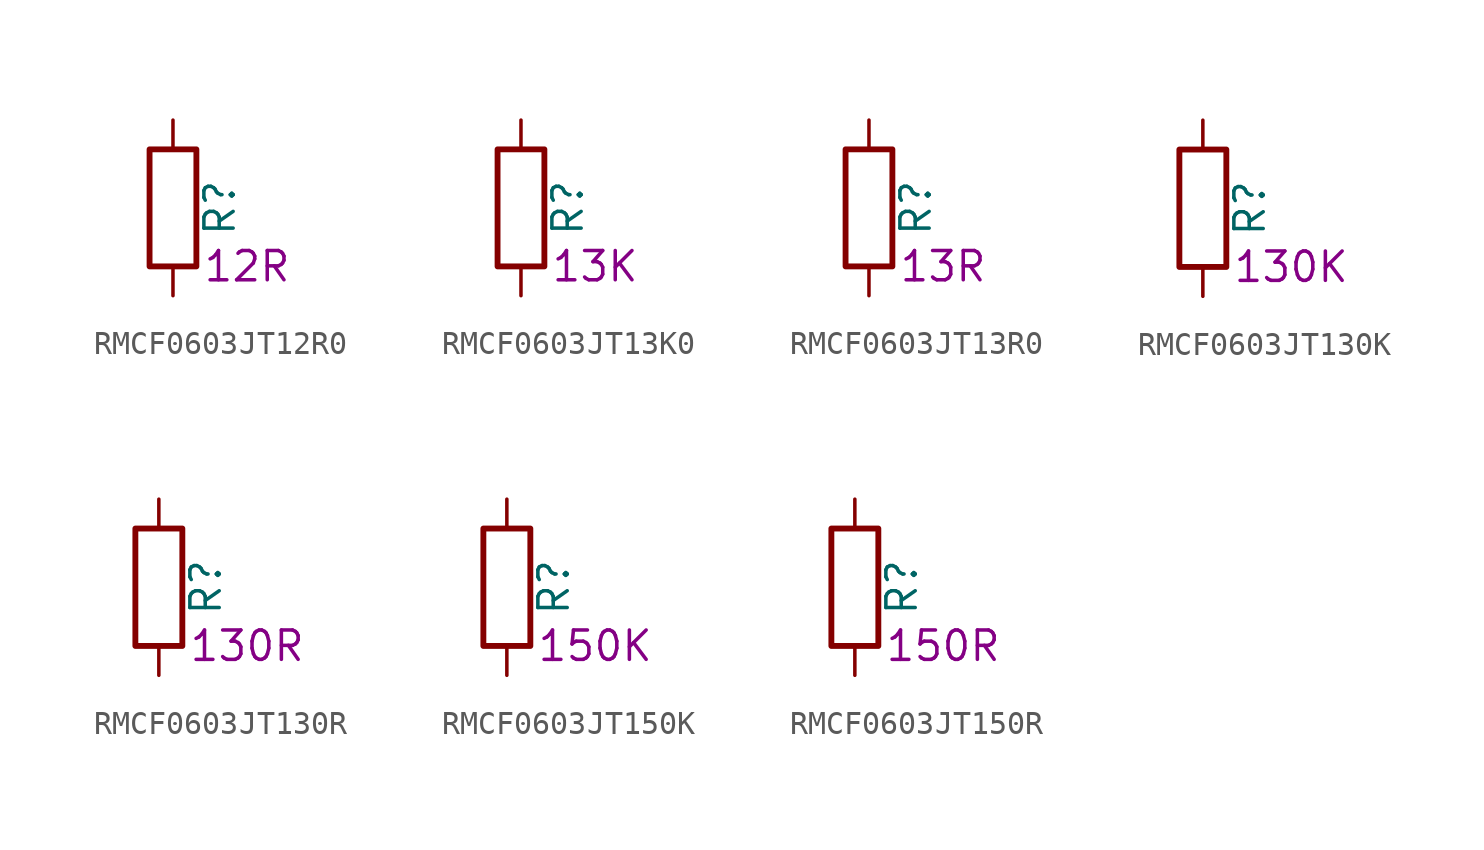
<source format=kicad_sym>
(kicad_symbol_lib
  (version 20220914)
  (generator kicad_symbol_editor)
  (symbol "RMCF0603JT12R0"
    (pin_numbers hide)
    (pin_names
      (offset 0))
    (property "Reference" "R"
      (at 2.032 0 90)
      (effects (font (size 1.27 1.27))))
    (property "Resistance" "12R"
      (at 1.27 -2.54 0)
      (effects (font (size 1.27 1.27)) (justify left)))
    (symbol "RMCF0603JT12R0_0_1"
      (rectangle (start -1.016 -2.54) (end 1.016 2.54) (stroke (width 0.254) (type default)) (fill (type none))))
    (symbol "RMCF0603JT12R0_1_1"
      (pin passive line (at 0 3.81 270) (length 1.27) (name "~" (effects (font (size 1.27 1.27)))) (number "1" (effects (font (size 1.27 1.27)))))
      (pin passive line (at 0 -3.81 90) (length 1.27) (name "~" (effects (font (size 1.27 1.27)))) (number "2" (effects (font (size 1.27 1.27)))))))
  (symbol "RMCF0603JT13K0"
    (pin_numbers hide)
    (pin_names
      (offset 0))
    (property "Reference" "R"
      (at 2.032 0 90)
      (effects (font (size 1.27 1.27))))
    (property "Resistance" "13K"
      (at 1.27 -2.54 0)
      (effects (font (size 1.27 1.27)) (justify left)))
    (symbol "RMCF0603JT13K0_0_1"
      (rectangle (start -1.016 -2.54) (end 1.016 2.54) (stroke (width 0.254) (type default)) (fill (type none))))
    (symbol "RMCF0603JT13K0_1_1"
      (pin passive line (at 0 3.81 270) (length 1.27) (name "~" (effects (font (size 1.27 1.27)))) (number "1" (effects (font (size 1.27 1.27)))))
      (pin passive line (at 0 -3.81 90) (length 1.27) (name "~" (effects (font (size 1.27 1.27)))) (number "2" (effects (font (size 1.27 1.27)))))))
  (symbol "RMCF0603JT13R0"
    (pin_numbers hide)
    (pin_names
      (offset 0))
    (property "Reference" "R"
      (at 2.032 0 90)
      (effects (font (size 1.27 1.27))))
    (property "Resistance" "13R"
      (at 1.27 -2.54 0)
      (effects (font (size 1.27 1.27)) (justify left)))
    (symbol "RMCF0603JT13R0_0_1"
      (rectangle (start -1.016 -2.54) (end 1.016 2.54) (stroke (width 0.254) (type default)) (fill (type none))))
    (symbol "RMCF0603JT13R0_1_1"
      (pin passive line (at 0 3.81 270) (length 1.27) (name "~" (effects (font (size 1.27 1.27)))) (number "1" (effects (font (size 1.27 1.27)))))
      (pin passive line (at 0 -3.81 90) (length 1.27) (name "~" (effects (font (size 1.27 1.27)))) (number "2" (effects (font (size 1.27 1.27)))))))
  (symbol "RMCF0603JT130K"
    (pin_numbers hide)
    (pin_names
      (offset 0))
    (property "Reference" "R"
      (at 2.032 0 90)
      (effects (font (size 1.27 1.27))))
    (property "Resistance" "130K"
      (at 1.27 -2.54 0)
      (effects (font (size 1.27 1.27)) (justify left)))
    (symbol "RMCF0603JT130K_0_1"
      (rectangle (start -1.016 -2.54) (end 1.016 2.54) (stroke (width 0.254) (type default)) (fill (type none))))
    (symbol "RMCF0603JT130K_1_1"
      (pin passive line (at 0 3.81 270) (length 1.27) (name "~" (effects (font (size 1.27 1.27)))) (number "1" (effects (font (size 1.27 1.27)))))
      (pin passive line (at 0 -3.81 90) (length 1.27) (name "~" (effects (font (size 1.27 1.27)))) (number "2" (effects (font (size 1.27 1.27)))))))
  (symbol "RMCF0603JT130R"
    (pin_numbers hide)
    (pin_names
      (offset 0))
    (property "Reference" "R"
      (at 2.032 0 90)
      (effects (font (size 1.27 1.27))))
    (property "Resistance" "130R"
      (at 1.27 -2.54 0)
      (effects (font (size 1.27 1.27)) (justify left)))
    (symbol "RMCF0603JT130R_0_1"
      (rectangle (start -1.016 -2.54) (end 1.016 2.54) (stroke (width 0.254) (type default)) (fill (type none))))
    (symbol "RMCF0603JT130R_1_1"
      (pin passive line (at 0 3.81 270) (length 1.27) (name "~" (effects (font (size 1.27 1.27)))) (number "1" (effects (font (size 1.27 1.27)))))
      (pin passive line (at 0 -3.81 90) (length 1.27) (name "~" (effects (font (size 1.27 1.27)))) (number "2" (effects (font (size 1.27 1.27)))))))
  (symbol "RMCF0603JT150K"
    (pin_numbers hide)
    (pin_names
      (offset 0))
    (property "Reference" "R"
      (at 2.032 0 90)
      (effects (font (size 1.27 1.27))))
    (property "Resistance" "150K"
      (at 1.27 -2.54 0)
      (effects (font (size 1.27 1.27)) (justify left)))
    (symbol "RMCF0603JT150K_0_1"
      (rectangle (start -1.016 -2.54) (end 1.016 2.54) (stroke (width 0.254) (type default)) (fill (type none))))
    (symbol "RMCF0603JT150K_1_1"
      (pin passive line (at 0 3.81 270) (length 1.27) (name "~" (effects (font (size 1.27 1.27)))) (number "1" (effects (font (size 1.27 1.27)))))
      (pin passive line (at 0 -3.81 90) (length 1.27) (name "~" (effects (font (size 1.27 1.27)))) (number "2" (effects (font (size 1.27 1.27)))))))
  (symbol "RMCF0603JT150R"
    (pin_numbers hide)
    (pin_names
      (offset 0))
    (property "Reference" "R"
      (at 2.032 0 90)
      (effects (font (size 1.27 1.27))))
    (property "Resistance" "150R"
      (at 1.27 -2.54 0)
      (effects (font (size 1.27 1.27)) (justify left)))
    (symbol "RMCF0603JT150R_0_1"
      (rectangle (start -1.016 -2.54) (end 1.016 2.54) (stroke (width 0.254) (type default)) (fill (type none))))
    (symbol "RMCF0603JT150R_1_1"
      (pin passive line (at 0 3.81 270) (length 1.27) (name "~" (effects (font (size 1.27 1.27)))) (number "1" (effects (font (size 1.27 1.27)))))
      (pin passive line (at 0 -3.81 90) (length 1.27) (name "~" (effects (font (size 1.27 1.27)))) (number "2" (effects (font (size 1.27 1.27))))))))
</source>
